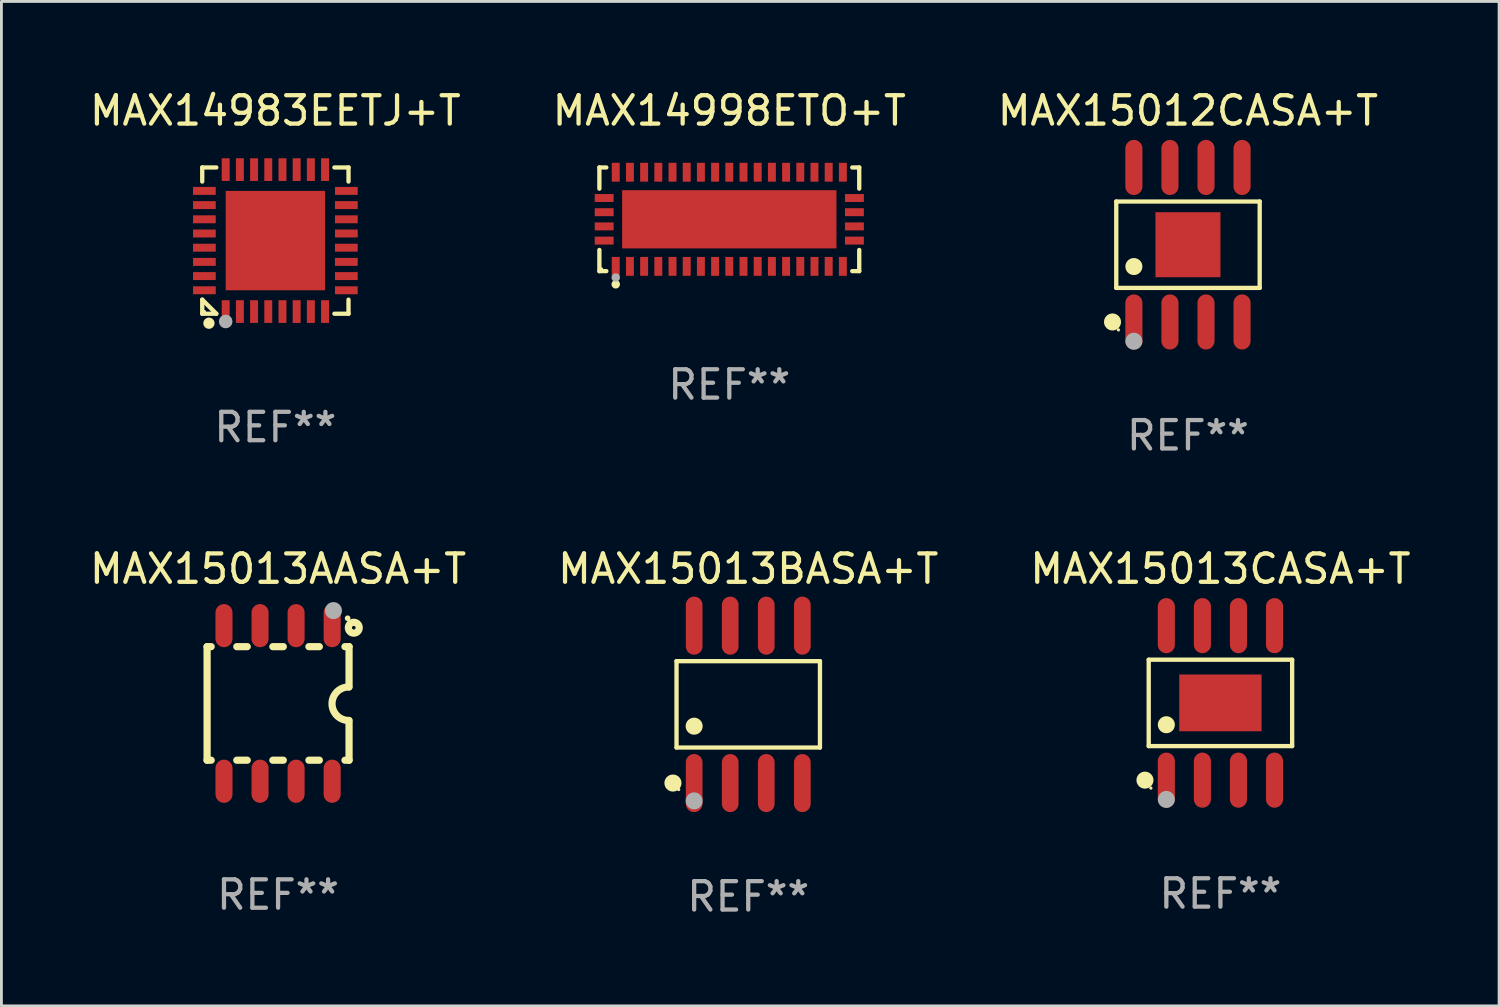
<source format=kicad_pcb>
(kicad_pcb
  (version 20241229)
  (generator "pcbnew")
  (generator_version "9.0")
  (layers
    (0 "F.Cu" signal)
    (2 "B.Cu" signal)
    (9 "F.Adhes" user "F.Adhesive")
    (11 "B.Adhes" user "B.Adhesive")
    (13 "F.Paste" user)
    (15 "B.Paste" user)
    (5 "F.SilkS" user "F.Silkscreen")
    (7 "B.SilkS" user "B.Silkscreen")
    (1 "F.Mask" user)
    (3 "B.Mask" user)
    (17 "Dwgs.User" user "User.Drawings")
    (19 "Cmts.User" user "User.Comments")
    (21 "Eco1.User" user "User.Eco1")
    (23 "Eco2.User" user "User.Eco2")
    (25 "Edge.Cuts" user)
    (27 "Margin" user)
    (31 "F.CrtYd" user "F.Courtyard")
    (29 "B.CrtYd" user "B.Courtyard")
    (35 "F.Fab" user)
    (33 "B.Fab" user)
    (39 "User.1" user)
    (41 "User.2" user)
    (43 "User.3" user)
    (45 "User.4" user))
  (footprint "MAX15013CASA+T"
    (layer "F.Cu")
    (at 39.935 21.707)
    (property "Reference" "MAX15013CASA+T" (at 0 -4.721 0) (layer "F.SilkS") (effects (font (size 1 1) (thickness 0.15))))
    (attr through_hole)
    (fp_line (start -2.526 -1.521) (end 2.526 -1.521) (stroke (width 0.152) (type solid)) (layer "F.SilkS"))
    (fp_line (start -2.526 1.521) (end -2.526 -1.521) (stroke (width 0.152) (type solid)) (layer "F.SilkS"))
    (fp_line (start 2.526 -1.521) (end 2.526 1.521) (stroke (width 0.152) (type solid)) (layer "F.SilkS"))
    (fp_line (start 2.526 1.521) (end -2.526 1.521) (stroke (width 0.152) (type solid)) (layer "F.SilkS"))
    (fp_circle (center -2.658 2.721) (end -2.508 2.721) (stroke (width 0.3) (type solid)) (fill no) (layer "F.SilkS"))
    (fp_circle (center -2.45 3) (end -2.42 3) (stroke (width 0.06) (type solid)) (fill no) (layer "F.SilkS"))
    (fp_circle (center -1.905 0.769) (end -1.755 0.769) (stroke (width 0.3) (type solid)) (fill no) (layer "F.SilkS"))
    (fp_circle (center -1.905 3.4) (end -1.755 3.4) (stroke (width 0.3) (type solid)) (fill no) (layer "F.Fab"))
    (fp_text user "REF**" (at 0 6.721 0) (layer "F.Fab") (effects (font (size 1 1) (thickness 0.15))))
    (pad "1" smd oval (at -1.905 2.721) (size 0.602 1.941) (layers "F.Cu" "F.Mask" "F.Paste"))
    (pad "2" smd oval (at -0.635 2.721) (size 0.602 1.941) (layers "F.Cu" "F.Mask" "F.Paste"))
    (pad "3" smd oval (at 0.635 2.721) (size 0.602 1.941) (layers "F.Cu" "F.Mask" "F.Paste"))
    (pad "4" smd oval (at 1.905 2.721) (size 0.602 1.941) (layers "F.Cu" "F.Mask" "F.Paste"))
    (pad "5" smd oval (at 1.905 -2.721) (size 0.602 1.941) (layers "F.Cu" "F.Mask" "F.Paste"))
    (pad "6" smd oval (at 0.635 -2.721) (size 0.602 1.941) (layers "F.Cu" "F.Mask" "F.Paste"))
    (pad "7" smd oval (at -0.635 -2.721) (size 0.602 1.941) (layers "F.Cu" "F.Mask" "F.Paste"))
    (pad "8" smd oval (at -1.905 -2.721) (size 0.602 1.941) (layers "F.Cu" "F.Mask" "F.Paste"))
    (pad "9" smd rect (at 0 0) (size 2.9 2) (layers "F.Cu" "F.Mask" "F.Paste")))
  (footprint "MAX15013BASA+T"
    (layer "F.Cu")
    (at 23.304 21.758)
    (property "Reference" "MAX15013BASA+T" (at 0 -4.772 0) (layer "F.SilkS") (effects (font (size 1 1) (thickness 0.15))))
    (attr through_hole)
    (fp_line (start -2.526 -1.521) (end 2.526 -1.521) (stroke (width 0.152) (type solid)) (layer "F.SilkS"))
    (fp_line (start -2.526 1.521) (end -2.526 -1.521) (stroke (width 0.152) (type solid)) (layer "F.SilkS"))
    (fp_line (start 2.526 -1.521) (end 2.526 1.521) (stroke (width 0.152) (type solid)) (layer "F.SilkS"))
    (fp_line (start 2.526 1.521) (end -2.526 1.521) (stroke (width 0.152) (type solid)) (layer "F.SilkS"))
    (fp_circle (center -2.652 2.772) (end -2.501 2.772) (stroke (width 0.3) (type solid)) (fill no) (layer "F.SilkS"))
    (fp_circle (center -2.45 3) (end -2.42 3) (stroke (width 0.06) (type solid)) (fill no) (layer "F.SilkS"))
    (fp_circle (center -1.905 0.769) (end -1.755 0.769) (stroke (width 0.3) (type solid)) (fill no) (layer "F.SilkS"))
    (fp_circle (center -1.905 3.4) (end -1.755 3.4) (stroke (width 0.3) (type solid)) (fill no) (layer "F.Fab"))
    (fp_text user "REF**" (at 0 6.772 0) (layer "F.Fab") (effects (font (size 1 1) (thickness 0.15))))
    (pad "1" smd oval (at -1.905 2.772) (size 0.588 2.045) (layers "F.Cu" "F.Mask" "F.Paste"))
    (pad "2" smd oval (at -0.635 2.772) (size 0.588 2.045) (layers "F.Cu" "F.Mask" "F.Paste"))
    (pad "3" smd oval (at 0.635 2.772) (size 0.588 2.045) (layers "F.Cu" "F.Mask" "F.Paste"))
    (pad "4" smd oval (at 1.905 2.772) (size 0.588 2.045) (layers "F.Cu" "F.Mask" "F.Paste"))
    (pad "5" smd oval (at 1.905 -2.772) (size 0.588 2.045) (layers "F.Cu" "F.Mask" "F.Paste"))
    (pad "6" smd oval (at 0.635 -2.772) (size 0.588 2.045) (layers "F.Cu" "F.Mask" "F.Paste"))
    (pad "7" smd oval (at -0.635 -2.772) (size 0.588 2.045) (layers "F.Cu" "F.Mask" "F.Paste"))
    (pad "8" smd oval (at -1.905 -2.772) (size 0.588 2.045) (layers "F.Cu" "F.Mask" "F.Paste")))
  (footprint "MAX14983EETJ+T"
    (layer "F.Cu")
    (at 6.649 5.424)
    (property "Reference" "MAX14983EETJ+T" (at 0 -4.576 0) (layer "F.SilkS") (effects (font (size 1 1) (thickness 0.15))))
    (attr through_hole)
    (fp_line (start -2.576 -2.576) (end -2.08 -2.576) (stroke (width 0.152) (type solid)) (layer "F.SilkS"))
    (fp_line (start -2.576 -2.08) (end -2.576 -2.576) (stroke (width 0.152) (type solid)) (layer "F.SilkS"))
    (fp_line (start -2.576 2.08) (end -2.576 2.576) (stroke (width 0.152) (type solid)) (layer "F.SilkS"))
    (fp_line (start -2.576 2.08) (end -2.08 2.576) (stroke (width 0.152) (type solid)) (layer "F.SilkS"))
    (fp_line (start -2.576 2.576) (end -2.08 2.576) (stroke (width 0.152) (type solid)) (layer "F.SilkS"))
    (fp_line (start 2.576 -2.576) (end 2.08 -2.576) (stroke (width 0.152) (type solid)) (layer "F.SilkS"))
    (fp_line (start 2.576 -2.08) (end 2.576 -2.576) (stroke (width 0.152) (type solid)) (layer "F.SilkS"))
    (fp_line (start 2.576 2.08) (end 2.576 2.576) (stroke (width 0.152) (type solid)) (layer "F.SilkS"))
    (fp_line (start 2.576 2.576) (end 2.08 2.576) (stroke (width 0.152) (type solid)) (layer "F.SilkS"))
    (fp_circle (center -2.5 2.5) (end -2.47 2.5) (stroke (width 0.06) (type solid)) (fill no) (layer "F.SilkS"))
    (fp_circle (center -2.34 2.91) (end -2.24 2.91) (stroke (width 0.2) (type solid)) (fill no) (layer "F.SilkS"))
    (fp_circle (center -1.75 2.85) (end -1.63 2.85) (stroke (width 0.24) (type solid)) (fill no) (layer "F.Fab"))
    (fp_text user "REF**" (at 0 6.576 0) (layer "F.Fab") (effects (font (size 1 1) (thickness 0.15))))
    (pad "1" smd rect (at -1.75 2.5) (size 0.28 0.8) (layers "F.Cu" "F.Mask" "F.Paste"))
    (pad "2" smd rect (at -1.25 2.5) (size 0.28 0.8) (layers "F.Cu" "F.Mask" "F.Paste"))
    (pad "3" smd rect (at -0.75 2.5) (size 0.28 0.8) (layers "F.Cu" "F.Mask" "F.Paste"))
    (pad "4" smd rect (at -0.25 2.5) (size 0.28 0.8) (layers "F.Cu" "F.Mask" "F.Paste"))
    (pad "5" smd rect (at 0.25 2.5) (size 0.28 0.8) (layers "F.Cu" "F.Mask" "F.Paste"))
    (pad "6" smd rect (at 0.75 2.5) (size 0.28 0.8) (layers "F.Cu" "F.Mask" "F.Paste"))
    (pad "7" smd rect (at 1.25 2.5) (size 0.28 0.8) (layers "F.Cu" "F.Mask" "F.Paste"))
    (pad "8" smd rect (at 1.75 2.5) (size 0.28 0.8) (layers "F.Cu" "F.Mask" "F.Paste"))
    (pad "9" smd rect (at 2.5 1.75) (size 0.8 0.28) (layers "F.Cu" "F.Mask" "F.Paste"))
    (pad "10" smd rect (at 2.5 1.25) (size 0.8 0.28) (layers "F.Cu" "F.Mask" "F.Paste"))
    (pad "11" smd rect (at 2.5 0.75) (size 0.8 0.28) (layers "F.Cu" "F.Mask" "F.Paste"))
    (pad "12" smd rect (at 2.5 0.25) (size 0.8 0.28) (layers "F.Cu" "F.Mask" "F.Paste"))
    (pad "13" smd rect (at 2.5 -0.25) (size 0.8 0.28) (layers "F.Cu" "F.Mask" "F.Paste"))
    (pad "14" smd rect (at 2.5 -0.75) (size 0.8 0.28) (layers "F.Cu" "F.Mask" "F.Paste"))
    (pad "15" smd rect (at 2.5 -1.25) (size 0.8 0.28) (layers "F.Cu" "F.Mask" "F.Paste"))
    (pad "16" smd rect (at 2.5 -1.75) (size 0.8 0.28) (layers "F.Cu" "F.Mask" "F.Paste"))
    (pad "17" smd rect (at 1.75 -2.5) (size 0.28 0.8) (layers "F.Cu" "F.Mask" "F.Paste"))
    (pad "18" smd rect (at 1.25 -2.5) (size 0.28 0.8) (layers "F.Cu" "F.Mask" "F.Paste"))
    (pad "19" smd rect (at 0.75 -2.5) (size 0.28 0.8) (layers "F.Cu" "F.Mask" "F.Paste"))
    (pad "20" smd rect (at 0.25 -2.5) (size 0.28 0.8) (layers "F.Cu" "F.Mask" "F.Paste"))
    (pad "21" smd rect (at -0.25 -2.5) (size 0.28 0.8) (layers "F.Cu" "F.Mask" "F.Paste"))
    (pad "22" smd rect (at -0.75 -2.5) (size 0.28 0.8) (layers "F.Cu" "F.Mask" "F.Paste"))
    (pad "23" smd rect (at -1.25 -2.5) (size 0.28 0.8) (layers "F.Cu" "F.Mask" "F.Paste"))
    (pad "24" smd rect (at -1.75 -2.5) (size 0.28 0.8) (layers "F.Cu" "F.Mask" "F.Paste"))
    (pad "25" smd rect (at -2.5 -1.75) (size 0.8 0.28) (layers "F.Cu" "F.Mask" "F.Paste"))
    (pad "26" smd rect (at -2.5 -1.25) (size 0.8 0.28) (layers "F.Cu" "F.Mask" "F.Paste"))
    (pad "27" smd rect (at -2.5 -0.75) (size 0.8 0.28) (layers "F.Cu" "F.Mask" "F.Paste"))
    (pad "28" smd rect (at -2.5 -0.25) (size 0.8 0.28) (layers "F.Cu" "F.Mask" "F.Paste"))
    (pad "29" smd rect (at -2.5 0.25) (size 0.8 0.28) (layers "F.Cu" "F.Mask" "F.Paste"))
    (pad "30" smd rect (at -2.5 0.75) (size 0.8 0.28) (layers "F.Cu" "F.Mask" "F.Paste"))
    (pad "31" smd rect (at -2.5 1.25) (size 0.8 0.28) (layers "F.Cu" "F.Mask" "F.Paste"))
    (pad "32" smd rect (at -2.5 1.75) (size 0.8 0.28) (layers "F.Cu" "F.Mask" "F.Paste"))
    (pad "33" smd rect (at 0 0) (size 3.5 3.5) (layers "F.Cu" "F.Mask" "F.Paste")))
  (footprint "MAX15013AASA+T"
    (layer "F.Cu")
    (at 6.744 21.726)
    (property "Reference" "MAX15013AASA+T" (at 0 -4.74 0) (layer "F.SilkS") (effects (font (size 1 1) (thickness 0.15))))
    (attr through_hole)
    (fp_line (start -2.5 2) (end -2.5 -2) (stroke (width 0.254) (type solid)) (layer "F.SilkS"))
    (fp_line (start -2.356 -2) (end -2.5 -2) (stroke (width 0.254) (type solid)) (layer "F.SilkS"))
    (fp_line (start -2.356 2) (end -2.5 2) (stroke (width 0.254) (type solid)) (layer "F.SilkS"))
    (fp_line (start -1.086 -2) (end -1.454 -2) (stroke (width 0.254) (type solid)) (layer "F.SilkS"))
    (fp_line (start -1.086 2) (end -1.454 2) (stroke (width 0.254) (type solid)) (layer "F.SilkS"))
    (fp_line (start 0.184 -2) (end -0.184 -2) (stroke (width 0.254) (type solid)) (layer "F.SilkS"))
    (fp_line (start 0.184 2) (end -0.184 2) (stroke (width 0.254) (type solid)) (layer "F.SilkS"))
    (fp_line (start 1.454 -2) (end 1.086 -2) (stroke (width 0.254) (type solid)) (layer "F.SilkS"))
    (fp_line (start 1.454 2) (end 1.086 2) (stroke (width 0.254) (type solid)) (layer "F.SilkS"))
    (fp_line (start 2.5 -2) (end 2.356 -2) (stroke (width 0.254) (type solid)) (layer "F.SilkS"))
    (fp_line (start 2.5 -0.58) (end 2.5 -2) (stroke (width 0.254) (type solid)) (layer "F.SilkS"))
    (fp_line (start 2.5 2) (end 2.356 2) (stroke (width 0.254) (type solid)) (layer "F.SilkS"))
    (fp_line (start 2.5 2) (end 2.5 0.6) (stroke (width 0.254) (type solid)) (layer "F.SilkS"))
    (fp_arc (start 2.489992 0.600051) (mid 1.901674 0.010046) (end 2.489992 -0.579959) (stroke (width 0.254001) (type solid)) (layer "F.SilkS"))
    (fp_circle (center 2.45 -3) (end 2.5 -3) (stroke (width 0.1) (type solid)) (fill no) (layer "F.SilkS"))
    (fp_circle (center 2.667 -2.667) (end 2.858 -2.667) (stroke (width 0.254) (type solid)) (fill no) (layer "F.SilkS"))
    (fp_circle (center 1.95 -3.27) (end 2.1 -3.27) (stroke (width 0.3) (type solid)) (fill no) (layer "F.Fab"))
    (fp_text user "REF**" (at 0 6.74 0) (layer "F.Fab") (effects (font (size 1 1) (thickness 0.15))))
    (pad "1" smd oval (at 1.905 -2.74) (size 0.6 1.52) (layers "F.Cu" "F.Mask" "F.Paste"))
    (pad "2" smd oval (at 0.635 -2.74) (size 0.6 1.52) (layers "F.Cu" "F.Mask" "F.Paste"))
    (pad "3" smd oval (at -0.635 -2.74) (size 0.6 1.52) (layers "F.Cu" "F.Mask" "F.Paste"))
    (pad "4" smd oval (at -1.905 -2.74) (size 0.6 1.52) (layers "F.Cu" "F.Mask" "F.Paste"))
    (pad "5" smd oval (at -1.905 2.74) (size 0.6 1.52) (layers "F.Cu" "F.Mask" "F.Paste"))
    (pad "6" smd oval (at -0.635 2.74) (size 0.6 1.52) (layers "F.Cu" "F.Mask" "F.Paste"))
    (pad "7" smd oval (at 0.635 2.74) (size 0.6 1.52) (layers "F.Cu" "F.Mask" "F.Paste"))
    (pad "8" smd oval (at 1.905 2.74) (size 0.6 1.52) (layers "F.Cu" "F.Mask" "F.Paste")))
  (footprint "MAX14998ETO+T"
    (layer "F.Cu")
    (at 22.637 4.674)
    (property "Reference" "MAX14998ETO+T" (at 0 -3.826 0) (layer "F.SilkS") (effects (font (size 1 1) (thickness 0.15))))
    (attr through_hole)
    (fp_line (start -4.576 -1.826) (end -4.331 -1.826) (stroke (width 0.152) (type solid)) (layer "F.SilkS"))
    (fp_line (start -4.576 -1.08) (end -4.576 -1.826) (stroke (width 0.152) (type solid)) (layer "F.SilkS"))
    (fp_line (start -4.576 1.08) (end -4.576 1.826) (stroke (width 0.152) (type solid)) (layer "F.SilkS"))
    (fp_line (start -4.576 1.826) (end -4.331 1.826) (stroke (width 0.152) (type solid)) (layer "F.SilkS"))
    (fp_line (start 4.576 -1.826) (end 4.331 -1.826) (stroke (width 0.152) (type solid)) (layer "F.SilkS"))
    (fp_line (start 4.576 -1.08) (end 4.576 -1.826) (stroke (width 0.152) (type solid)) (layer "F.SilkS"))
    (fp_line (start 4.576 1.08) (end 4.576 1.826) (stroke (width 0.152) (type solid)) (layer "F.SilkS"))
    (fp_line (start 4.576 1.826) (end 4.331 1.826) (stroke (width 0.152) (type solid)) (layer "F.SilkS"))
    (fp_circle (center -4.5 1.75) (end -4.47 1.75) (stroke (width 0.06) (type solid)) (fill no) (layer "F.SilkS"))
    (fp_circle (center -4 2.29) (end -3.925 2.29) (stroke (width 0.15) (type solid)) (fill no) (layer "F.SilkS"))
    (fp_circle (center -4 2.05) (end -3.925 2.05) (stroke (width 0.15) (type solid)) (fill no) (layer "F.Fab"))
    (fp_text user "REF**" (at 0 5.826 0) (layer "F.Fab") (effects (font (size 1 1) (thickness 0.15))))
    (pad "1" smd rect (at -4 1.658) (size 0.28 0.665) (layers "F.Cu" "F.Mask" "F.Paste"))
    (pad "2" smd rect (at -3.5 1.658) (size 0.28 0.665) (layers "F.Cu" "F.Mask" "F.Paste"))
    (pad "3" smd rect (at -3 1.658) (size 0.28 0.665) (layers "F.Cu" "F.Mask" "F.Paste"))
    (pad "4" smd rect (at -2.5 1.658) (size 0.28 0.665) (layers "F.Cu" "F.Mask" "F.Paste"))
    (pad "5" smd rect (at -2 1.658) (size 0.28 0.665) (layers "F.Cu" "F.Mask" "F.Paste"))
    (pad "6" smd rect (at -1.5 1.658) (size 0.28 0.665) (layers "F.Cu" "F.Mask" "F.Paste"))
    (pad "7" smd rect (at -1 1.658) (size 0.28 0.665) (layers "F.Cu" "F.Mask" "F.Paste"))
    (pad "8" smd rect (at -0.5 1.658) (size 0.28 0.665) (layers "F.Cu" "F.Mask" "F.Paste"))
    (pad "9" smd rect (at 0 1.658) (size 0.28 0.665) (layers "F.Cu" "F.Mask" "F.Paste"))
    (pad "10" smd rect (at 0.5 1.658) (size 0.28 0.665) (layers "F.Cu" "F.Mask" "F.Paste"))
    (pad "11" smd rect (at 1 1.658) (size 0.28 0.665) (layers "F.Cu" "F.Mask" "F.Paste"))
    (pad "12" smd rect (at 1.5 1.658) (size 0.28 0.665) (layers "F.Cu" "F.Mask" "F.Paste"))
    (pad "13" smd rect (at 2 1.658) (size 0.28 0.665) (layers "F.Cu" "F.Mask" "F.Paste"))
    (pad "14" smd rect (at 2.5 1.658) (size 0.28 0.665) (layers "F.Cu" "F.Mask" "F.Paste"))
    (pad "15" smd rect (at 3 1.658) (size 0.28 0.665) (layers "F.Cu" "F.Mask" "F.Paste"))
    (pad "16" smd rect (at 3.5 1.658) (size 0.28 0.665) (layers "F.Cu" "F.Mask" "F.Paste"))
    (pad "17" smd rect (at 4 1.658) (size 0.28 0.665) (layers "F.Cu" "F.Mask" "F.Paste"))
    (pad "18" smd rect (at 4.407 0.75) (size 0.665 0.28) (layers "F.Cu" "F.Mask" "F.Paste"))
    (pad "19" smd rect (at 4.407 0.25) (size 0.665 0.28) (layers "F.Cu" "F.Mask" "F.Paste"))
    (pad "20" smd rect (at 4.407 -0.25) (size 0.665 0.28) (layers "F.Cu" "F.Mask" "F.Paste"))
    (pad "21" smd rect (at 4.407 -0.75) (size 0.665 0.28) (layers "F.Cu" "F.Mask" "F.Paste"))
    (pad "22" smd rect (at 4 -1.658) (size 0.28 0.665) (layers "F.Cu" "F.Mask" "F.Paste"))
    (pad "23" smd rect (at 3.5 -1.658) (size 0.28 0.665) (layers "F.Cu" "F.Mask" "F.Paste"))
    (pad "24" smd rect (at 3 -1.658) (size 0.28 0.665) (layers "F.Cu" "F.Mask" "F.Paste"))
    (pad "25" smd rect (at 2.5 -1.658) (size 0.28 0.665) (layers "F.Cu" "F.Mask" "F.Paste"))
    (pad "26" smd rect (at 2 -1.658) (size 0.28 0.665) (layers "F.Cu" "F.Mask" "F.Paste"))
    (pad "27" smd rect (at 1.5 -1.658) (size 0.28 0.665) (layers "F.Cu" "F.Mask" "F.Paste"))
    (pad "28" smd rect (at 1 -1.658) (size 0.28 0.665) (layers "F.Cu" "F.Mask" "F.Paste"))
    (pad "29" smd rect (at 0.5 -1.658) (size 0.28 0.665) (layers "F.Cu" "F.Mask" "F.Paste"))
    (pad "30" smd rect (at 0 -1.658) (size 0.28 0.665) (layers "F.Cu" "F.Mask" "F.Paste"))
    (pad "31" smd rect (at -0.5 -1.658) (size 0.28 0.665) (layers "F.Cu" "F.Mask" "F.Paste"))
    (pad "32" smd rect (at -1 -1.658) (size 0.28 0.665) (layers "F.Cu" "F.Mask" "F.Paste"))
    (pad "33" smd rect (at -1.5 -1.658) (size 0.28 0.665) (layers "F.Cu" "F.Mask" "F.Paste"))
    (pad "34" smd rect (at -2 -1.658) (size 0.28 0.665) (layers "F.Cu" "F.Mask" "F.Paste"))
    (pad "35" smd rect (at -2.5 -1.658) (size 0.28 0.665) (layers "F.Cu" "F.Mask" "F.Paste"))
    (pad "36" smd rect (at -3 -1.658) (size 0.28 0.665) (layers "F.Cu" "F.Mask" "F.Paste"))
    (pad "37" smd rect (at -3.5 -1.658) (size 0.28 0.665) (layers "F.Cu" "F.Mask" "F.Paste"))
    (pad "38" smd rect (at -4 -1.658) (size 0.28 0.665) (layers "F.Cu" "F.Mask" "F.Paste"))
    (pad "39" smd rect (at -4.407 -0.75) (size 0.665 0.28) (layers "F.Cu" "F.Mask" "F.Paste"))
    (pad "40" smd rect (at -4.407 -0.25) (size 0.665 0.28) (layers "F.Cu" "F.Mask" "F.Paste"))
    (pad "41" smd rect (at -4.407 0.25) (size 0.665 0.28) (layers "F.Cu" "F.Mask" "F.Paste"))
    (pad "42" smd rect (at -4.407 0.75) (size 0.665 0.28) (layers "F.Cu" "F.Mask" "F.Paste"))
    (pad "43" smd rect (at 0 0) (size 7.55 2.05) (layers "F.Cu" "F.Mask" "F.Paste")))
  (footprint "MAX15012CASA+T"
    (layer "F.Cu")
    (at 38.792 5.569)
    (property "Reference" "MAX15012CASA+T" (at 0 -4.721 0) (layer "F.SilkS") (effects (font (size 1 1) (thickness 0.15))))
    (attr through_hole)
    (fp_line (start -2.526 -1.521) (end 2.526 -1.521) (stroke (width 0.152) (type solid)) (layer "F.SilkS"))
    (fp_line (start -2.526 1.521) (end -2.526 -1.521) (stroke (width 0.152) (type solid)) (layer "F.SilkS"))
    (fp_line (start 2.526 -1.521) (end 2.526 1.521) (stroke (width 0.152) (type solid)) (layer "F.SilkS"))
    (fp_line (start 2.526 1.521) (end -2.526 1.521) (stroke (width 0.152) (type solid)) (layer "F.SilkS"))
    (fp_circle (center -2.658 2.721) (end -2.508 2.721) (stroke (width 0.3) (type solid)) (fill no) (layer "F.SilkS"))
    (fp_circle (center -2.45 3) (end -2.42 3) (stroke (width 0.06) (type solid)) (fill no) (layer "F.SilkS"))
    (fp_circle (center -1.905 0.769) (end -1.755 0.769) (stroke (width 0.3) (type solid)) (fill no) (layer "F.SilkS"))
    (fp_circle (center -1.905 3.4) (end -1.755 3.4) (stroke (width 0.3) (type solid)) (fill no) (layer "F.Fab"))
    (fp_text user "REF**" (at 0 6.721 0) (layer "F.Fab") (effects (font (size 1 1) (thickness 0.15))))
    (pad "1" smd oval (at -1.905 2.721) (size 0.602 1.941) (layers "F.Cu" "F.Mask" "F.Paste"))
    (pad "2" smd oval (at -0.635 2.721) (size 0.602 1.941) (layers "F.Cu" "F.Mask" "F.Paste"))
    (pad "3" smd oval (at 0.635 2.721) (size 0.602 1.941) (layers "F.Cu" "F.Mask" "F.Paste"))
    (pad "4" smd oval (at 1.905 2.721) (size 0.602 1.941) (layers "F.Cu" "F.Mask" "F.Paste"))
    (pad "5" smd oval (at 1.905 -2.721) (size 0.602 1.941) (layers "F.Cu" "F.Mask" "F.Paste"))
    (pad "6" smd oval (at 0.635 -2.721) (size 0.602 1.941) (layers "F.Cu" "F.Mask" "F.Paste"))
    (pad "7" smd oval (at -0.635 -2.721) (size 0.602 1.941) (layers "F.Cu" "F.Mask" "F.Paste"))
    (pad "8" smd oval (at -1.905 -2.721) (size 0.602 1.941) (layers "F.Cu" "F.Mask" "F.Paste"))
    (pad "9" smd rect (at 0 0) (size 2.29 2.29) (layers "F.Cu" "F.Mask" "F.Paste")))
  (gr_rect
    (start -3 -3)
    (end 49.75 32.379)
    (stroke (width 0.1) (type default))
    (fill no)
    (layer "Edge.Cuts")))
</source>
